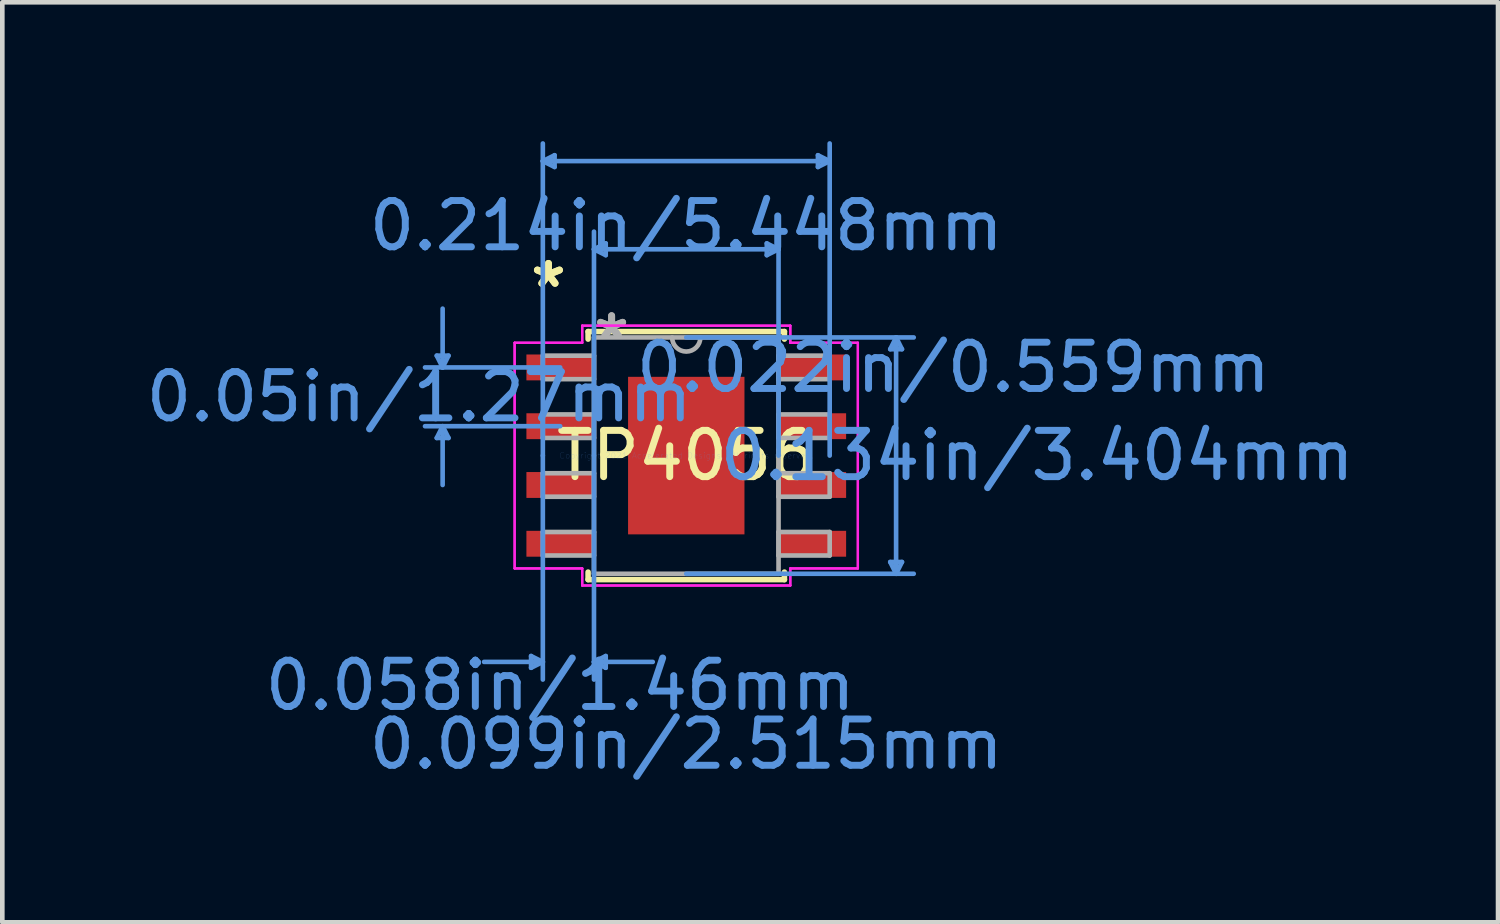
<source format=kicad_pcb>
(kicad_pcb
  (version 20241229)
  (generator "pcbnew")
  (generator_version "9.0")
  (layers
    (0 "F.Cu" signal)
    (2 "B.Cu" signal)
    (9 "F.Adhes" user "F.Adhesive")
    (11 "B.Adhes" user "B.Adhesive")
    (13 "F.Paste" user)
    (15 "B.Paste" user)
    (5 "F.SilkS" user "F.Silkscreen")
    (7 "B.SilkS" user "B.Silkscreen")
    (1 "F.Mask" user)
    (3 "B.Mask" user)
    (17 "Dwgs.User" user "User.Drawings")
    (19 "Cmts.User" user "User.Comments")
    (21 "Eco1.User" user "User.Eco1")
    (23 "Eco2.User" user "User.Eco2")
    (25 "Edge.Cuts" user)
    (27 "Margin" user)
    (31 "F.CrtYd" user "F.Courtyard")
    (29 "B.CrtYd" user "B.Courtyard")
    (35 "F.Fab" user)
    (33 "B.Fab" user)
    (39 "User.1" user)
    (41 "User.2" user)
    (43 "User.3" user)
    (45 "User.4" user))
  (footprint "TP4056"
    (layer "F.Cu")
    (at 11.778 6.794)
    (property "Reference" "TP4056" (at 0 0 0) (layer "F.SilkS") (effects (font (size 1 1) (thickness 0.15))))
    (attr through_hole)
    (fp_line (start -2.121 -2.68) (end -2.121 -2.517) (stroke (width 0.12) (type solid)) (layer "F.SilkS"))
    (fp_line (start -2.121 2.517) (end -2.121 2.68) (stroke (width 0.12) (type solid)) (layer "F.SilkS"))
    (fp_line (start -2.121 2.68) (end 2.121 2.68) (stroke (width 0.12) (type solid)) (layer "F.SilkS"))
    (fp_line (start 2.121 -2.68) (end -2.121 -2.68) (stroke (width 0.12) (type solid)) (layer "F.SilkS"))
    (fp_line (start 2.121 -2.517) (end 2.121 -2.68) (stroke (width 0.12) (type solid)) (layer "F.SilkS"))
    (fp_line (start 2.121 2.68) (end 2.121 2.517) (stroke (width 0.12) (type solid)) (layer "F.SilkS"))
    (fp_poly (pts (xy -1.157 -1.602) (xy -1.157 -0.1) (xy 1.157 -0.1) (xy 1.157 -1.602)) (stroke (width 0.1) (type solid)) (fill yes) (layer "F.Paste"))
    (fp_poly (pts (xy -1.157 0.1) (xy -1.157 1.602) (xy 1.157 1.602) (xy 1.157 0.1)) (stroke (width 0.1) (type solid)) (fill yes) (layer "F.Paste"))
    (fp_line (start -5.391 -2.159) (end -5.137 -2.159) (stroke (width 0.1) (type solid)) (layer "Cmts.User"))
    (fp_line (start -5.391 -0.381) (end -5.137 -0.381) (stroke (width 0.1) (type solid)) (layer "Cmts.User"))
    (fp_line (start -5.264 -1.905) (end -5.391 -2.159) (stroke (width 0.1) (type solid)) (layer "Cmts.User"))
    (fp_line (start -5.264 -1.905) (end -5.264 -3.175) (stroke (width 0.1) (type solid)) (layer "Cmts.User"))
    (fp_line (start -5.264 -1.905) (end -5.137 -2.159) (stroke (width 0.1) (type solid)) (layer "Cmts.User"))
    (fp_line (start -5.264 -0.635) (end -5.391 -0.381) (stroke (width 0.1) (type solid)) (layer "Cmts.User"))
    (fp_line (start -5.264 -0.635) (end -5.264 0.635) (stroke (width 0.1) (type solid)) (layer "Cmts.User"))
    (fp_line (start -5.264 -0.635) (end -5.137 -0.381) (stroke (width 0.1) (type solid)) (layer "Cmts.User"))
    (fp_line (start -3.353 4.331) (end -3.353 4.585) (stroke (width 0.1) (type solid)) (layer "Cmts.User"))
    (fp_line (start -3.099 -6.363) (end -2.845 -6.49) (stroke (width 0.1) (type solid)) (layer "Cmts.User"))
    (fp_line (start -3.099 -6.363) (end -2.845 -6.236) (stroke (width 0.1) (type solid)) (layer "Cmts.User"))
    (fp_line (start -3.099 -6.363) (end 3.099 -6.363) (stroke (width 0.1) (type solid)) (layer "Cmts.User"))
    (fp_line (start -3.099 0) (end -3.099 -6.744) (stroke (width 0.1) (type solid)) (layer "Cmts.User"))
    (fp_line (start -3.099 0) (end -3.099 4.839) (stroke (width 0.1) (type solid)) (layer "Cmts.User"))
    (fp_line (start -3.099 4.458) (end -4.369 4.458) (stroke (width 0.1) (type solid)) (layer "Cmts.User"))
    (fp_line (start -3.099 4.458) (end -3.353 4.331) (stroke (width 0.1) (type solid)) (layer "Cmts.User"))
    (fp_line (start -3.099 4.458) (end -3.353 4.585) (stroke (width 0.1) (type solid)) (layer "Cmts.User"))
    (fp_line (start -2.845 -6.49) (end -2.845 -6.236) (stroke (width 0.1) (type solid)) (layer "Cmts.User"))
    (fp_line (start -2.724 -1.905) (end -5.645 -1.905) (stroke (width 0.1) (type solid)) (layer "Cmts.User"))
    (fp_line (start -2.724 -0.635) (end -5.645 -0.635) (stroke (width 0.1) (type solid)) (layer "Cmts.User"))
    (fp_line (start -1.994 -4.458) (end -1.74 -4.585) (stroke (width 0.1) (type solid)) (layer "Cmts.User"))
    (fp_line (start -1.994 -4.458) (end -1.74 -4.331) (stroke (width 0.1) (type solid)) (layer "Cmts.User"))
    (fp_line (start -1.994 -4.458) (end 1.994 -4.458) (stroke (width 0.1) (type solid)) (layer "Cmts.User"))
    (fp_line (start -1.994 0) (end -1.994 -4.839) (stroke (width 0.1) (type solid)) (layer "Cmts.User"))
    (fp_line (start -1.994 0) (end -1.994 4.839) (stroke (width 0.1) (type solid)) (layer "Cmts.User"))
    (fp_line (start -1.994 4.458) (end -1.74 4.331) (stroke (width 0.1) (type solid)) (layer "Cmts.User"))
    (fp_line (start -1.994 4.458) (end -1.74 4.585) (stroke (width 0.1) (type solid)) (layer "Cmts.User"))
    (fp_line (start -1.994 4.458) (end -0.724 4.458) (stroke (width 0.1) (type solid)) (layer "Cmts.User"))
    (fp_line (start -1.74 -4.585) (end -1.74 -4.331) (stroke (width 0.1) (type solid)) (layer "Cmts.User"))
    (fp_line (start -1.74 4.331) (end -1.74 4.585) (stroke (width 0.1) (type solid)) (layer "Cmts.User"))
    (fp_line (start 0 -2.553) (end 4.915 -2.553) (stroke (width 0.1) (type solid)) (layer "Cmts.User"))
    (fp_line (start 0 2.553) (end 4.915 2.553) (stroke (width 0.1) (type solid)) (layer "Cmts.User"))
    (fp_line (start 1.74 -4.585) (end 1.74 -4.331) (stroke (width 0.1) (type solid)) (layer "Cmts.User"))
    (fp_line (start 1.994 -4.458) (end 1.74 -4.585) (stroke (width 0.1) (type solid)) (layer "Cmts.User"))
    (fp_line (start 1.994 -4.458) (end 1.74 -4.331) (stroke (width 0.1) (type solid)) (layer "Cmts.User"))
    (fp_line (start 1.994 0) (end 1.994 -4.839) (stroke (width 0.1) (type solid)) (layer "Cmts.User"))
    (fp_line (start 2.845 -6.49) (end 2.845 -6.236) (stroke (width 0.1) (type solid)) (layer "Cmts.User"))
    (fp_line (start 3.099 -6.363) (end 2.845 -6.49) (stroke (width 0.1) (type solid)) (layer "Cmts.User"))
    (fp_line (start 3.099 -6.363) (end 2.845 -6.236) (stroke (width 0.1) (type solid)) (layer "Cmts.User"))
    (fp_line (start 3.099 0) (end 3.099 -6.744) (stroke (width 0.1) (type solid)) (layer "Cmts.User"))
    (fp_line (start 4.407 -2.299) (end 4.661 -2.299) (stroke (width 0.1) (type solid)) (layer "Cmts.User"))
    (fp_line (start 4.407 2.299) (end 4.661 2.299) (stroke (width 0.1) (type solid)) (layer "Cmts.User"))
    (fp_line (start 4.534 -2.553) (end 4.407 -2.299) (stroke (width 0.1) (type solid)) (layer "Cmts.User"))
    (fp_line (start 4.534 -2.553) (end 4.534 2.553) (stroke (width 0.1) (type solid)) (layer "Cmts.User"))
    (fp_line (start 4.534 -2.553) (end 4.661 -2.299) (stroke (width 0.1) (type solid)) (layer "Cmts.User"))
    (fp_line (start 4.534 2.553) (end 4.407 2.299) (stroke (width 0.1) (type solid)) (layer "Cmts.User"))
    (fp_line (start 4.534 2.553) (end 4.661 2.299) (stroke (width 0.1) (type solid)) (layer "Cmts.User"))
    (fp_line (start -3.708 -2.438) (end -2.248 -2.438) (stroke (width 0.05) (type solid)) (layer "F.CrtYd"))
    (fp_line (start -3.708 -2.438) (end -2.248 -2.438) (stroke (width 0.05) (type solid)) (layer "F.CrtYd"))
    (fp_line (start -3.708 2.438) (end -3.708 -2.438) (stroke (width 0.05) (type solid)) (layer "F.CrtYd"))
    (fp_line (start -3.708 2.438) (end -3.708 -2.438) (stroke (width 0.05) (type solid)) (layer "F.CrtYd"))
    (fp_line (start -3.708 2.438) (end -2.248 2.438) (stroke (width 0.05) (type solid)) (layer "F.CrtYd"))
    (fp_line (start -2.248 -2.807) (end 2.248 -2.807) (stroke (width 0.05) (type solid)) (layer "F.CrtYd"))
    (fp_line (start -2.248 -2.807) (end 2.248 -2.807) (stroke (width 0.05) (type solid)) (layer "F.CrtYd"))
    (fp_line (start -2.248 -2.438) (end -2.248 -2.807) (stroke (width 0.05) (type solid)) (layer "F.CrtYd"))
    (fp_line (start -2.248 -2.438) (end -2.248 -2.807) (stroke (width 0.05) (type solid)) (layer "F.CrtYd"))
    (fp_line (start -2.248 2.438) (end -3.708 2.438) (stroke (width 0.05) (type solid)) (layer "F.CrtYd"))
    (fp_line (start -2.248 2.807) (end -2.248 2.438) (stroke (width 0.05) (type solid)) (layer "F.CrtYd"))
    (fp_line (start -2.248 2.807) (end -2.248 2.438) (stroke (width 0.05) (type solid)) (layer "F.CrtYd"))
    (fp_line (start 2.248 -2.807) (end 2.248 -2.438) (stroke (width 0.05) (type solid)) (layer "F.CrtYd"))
    (fp_line (start 2.248 -2.807) (end 2.248 -2.438) (stroke (width 0.05) (type solid)) (layer "F.CrtYd"))
    (fp_line (start 2.248 -2.438) (end 3.708 -2.438) (stroke (width 0.05) (type solid)) (layer "F.CrtYd"))
    (fp_line (start 2.248 2.438) (end 2.248 2.807) (stroke (width 0.05) (type solid)) (layer "F.CrtYd"))
    (fp_line (start 2.248 2.438) (end 2.248 2.807) (stroke (width 0.05) (type solid)) (layer "F.CrtYd"))
    (fp_line (start 2.248 2.807) (end -2.248 2.807) (stroke (width 0.05) (type solid)) (layer "F.CrtYd"))
    (fp_line (start 2.248 2.807) (end -2.248 2.807) (stroke (width 0.05) (type solid)) (layer "F.CrtYd"))
    (fp_line (start 3.708 -2.438) (end 2.248 -2.438) (stroke (width 0.05) (type solid)) (layer "F.CrtYd"))
    (fp_line (start 3.708 -2.438) (end 3.708 2.438) (stroke (width 0.05) (type solid)) (layer "F.CrtYd"))
    (fp_line (start 3.708 -2.438) (end 3.708 2.438) (stroke (width 0.05) (type solid)) (layer "F.CrtYd"))
    (fp_line (start 3.708 2.438) (end 2.248 2.438) (stroke (width 0.05) (type solid)) (layer "F.CrtYd"))
    (fp_line (start 3.708 2.438) (end 2.248 2.438) (stroke (width 0.05) (type solid)) (layer "F.CrtYd"))
    (fp_line (start -3.099 -2.159) (end -3.099 -1.651) (stroke (width 0.1) (type solid)) (layer "F.Fab"))
    (fp_line (start -3.099 -1.651) (end -1.994 -1.651) (stroke (width 0.1) (type solid)) (layer "F.Fab"))
    (fp_line (start -3.099 -0.889) (end -3.099 -0.381) (stroke (width 0.1) (type solid)) (layer "F.Fab"))
    (fp_line (start -3.099 -0.381) (end -1.994 -0.381) (stroke (width 0.1) (type solid)) (layer "F.Fab"))
    (fp_line (start -3.099 0.381) (end -3.099 0.889) (stroke (width 0.1) (type solid)) (layer "F.Fab"))
    (fp_line (start -3.099 0.889) (end -1.994 0.889) (stroke (width 0.1) (type solid)) (layer "F.Fab"))
    (fp_line (start -3.099 1.651) (end -3.099 2.159) (stroke (width 0.1) (type solid)) (layer "F.Fab"))
    (fp_line (start -3.099 2.159) (end -1.994 2.159) (stroke (width 0.1) (type solid)) (layer "F.Fab"))
    (fp_line (start -1.994 -2.553) (end -1.994 2.553) (stroke (width 0.1) (type solid)) (layer "F.Fab"))
    (fp_line (start -1.994 -2.159) (end -3.099 -2.159) (stroke (width 0.1) (type solid)) (layer "F.Fab"))
    (fp_line (start -1.994 -1.651) (end -1.994 -2.159) (stroke (width 0.1) (type solid)) (layer "F.Fab"))
    (fp_line (start -1.994 -0.889) (end -3.099 -0.889) (stroke (width 0.1) (type solid)) (layer "F.Fab"))
    (fp_line (start -1.994 -0.381) (end -1.994 -0.889) (stroke (width 0.1) (type solid)) (layer "F.Fab"))
    (fp_line (start -1.994 0.381) (end -3.099 0.381) (stroke (width 0.1) (type solid)) (layer "F.Fab"))
    (fp_line (start -1.994 0.889) (end -1.994 0.381) (stroke (width 0.1) (type solid)) (layer "F.Fab"))
    (fp_line (start -1.994 1.651) (end -3.099 1.651) (stroke (width 0.1) (type solid)) (layer "F.Fab"))
    (fp_line (start -1.994 2.159) (end -1.994 1.651) (stroke (width 0.1) (type solid)) (layer "F.Fab"))
    (fp_line (start -1.994 2.553) (end 1.994 2.553) (stroke (width 0.1) (type solid)) (layer "F.Fab"))
    (fp_line (start 1.994 -2.553) (end -1.994 -2.553) (stroke (width 0.1) (type solid)) (layer "F.Fab"))
    (fp_line (start 1.994 -2.159) (end 1.994 -1.651) (stroke (width 0.1) (type solid)) (layer "F.Fab"))
    (fp_line (start 1.994 -1.651) (end 3.099 -1.651) (stroke (width 0.1) (type solid)) (layer "F.Fab"))
    (fp_line (start 1.994 -0.889) (end 1.994 -0.381) (stroke (width 0.1) (type solid)) (layer "F.Fab"))
    (fp_line (start 1.994 -0.381) (end 3.099 -0.381) (stroke (width 0.1) (type solid)) (layer "F.Fab"))
    (fp_line (start 1.994 0.381) (end 1.994 0.889) (stroke (width 0.1) (type solid)) (layer "F.Fab"))
    (fp_line (start 1.994 0.889) (end 3.099 0.889) (stroke (width 0.1) (type solid)) (layer "F.Fab"))
    (fp_line (start 1.994 1.651) (end 1.994 2.159) (stroke (width 0.1) (type solid)) (layer "F.Fab"))
    (fp_line (start 1.994 2.159) (end 3.099 2.159) (stroke (width 0.1) (type solid)) (layer "F.Fab"))
    (fp_line (start 1.994 2.553) (end 1.994 -2.553) (stroke (width 0.1) (type solid)) (layer "F.Fab"))
    (fp_line (start 3.099 -2.159) (end 1.994 -2.159) (stroke (width 0.1) (type solid)) (layer "F.Fab"))
    (fp_line (start 3.099 -1.651) (end 3.099 -2.159) (stroke (width 0.1) (type solid)) (layer "F.Fab"))
    (fp_line (start 3.099 -0.889) (end 1.994 -0.889) (stroke (width 0.1) (type solid)) (layer "F.Fab"))
    (fp_line (start 3.099 -0.381) (end 3.099 -0.889) (stroke (width 0.1) (type solid)) (layer "F.Fab"))
    (fp_line (start 3.099 0.381) (end 1.994 0.381) (stroke (width 0.1) (type solid)) (layer "F.Fab"))
    (fp_line (start 3.099 0.889) (end 3.099 0.381) (stroke (width 0.1) (type solid)) (layer "F.Fab"))
    (fp_line (start 3.099 1.651) (end 1.994 1.651) (stroke (width 0.1) (type solid)) (layer "F.Fab"))
    (fp_line (start 3.099 2.159) (end 3.099 1.651) (stroke (width 0.1) (type solid)) (layer "F.Fab"))
    (fp_arc (start 0.3048 -2.5527) (mid 0 -2.2479) (end -0.3048 -2.5527) (stroke (width 0.1) (type solid)) (layer "F.Fab"))
    (fp_text user "*" (at -2.978 -3.607 0) (layer "F.SilkS") (effects (font (size 1 1) (thickness 0.15))))
    (fp_text user "*" (at -2.978 -3.607 0) (layer "F.SilkS") (effects (font (size 1 1) (thickness 0.15))))
    (fp_text user "0.134in/3.404mm" (at 7.582 0 0) (layer "Cmts.User") (effects (font (size 1 1) (thickness 0.15))))
    (fp_text user "0.214in/5.448mm" (at 0 -4.966 0) (layer "Cmts.User") (effects (font (size 1 1) (thickness 0.15))))
    (fp_text user "0.099in/2.515mm" (at 0 6.236 0) (layer "Cmts.User") (effects (font (size 1 1) (thickness 0.15))))
    (fp_text user "0.058in/1.46mm" (at -2.724 4.966 0) (layer "Cmts.User") (effects (font (size 1 1) (thickness 0.15))))
    (fp_text user "0.05in/1.27mm" (at -5.772 -1.27 0) (layer "Cmts.User") (effects (font (size 1 1) (thickness 0.15))))
    (fp_text user "0.022in/0.559mm" (at 5.772 -1.905 0) (layer "Cmts.User") (effects (font (size 1 1) (thickness 0.15))))
    (fp_text user "Copyright 2021 Accelerated Designs. All rights reserved." (at 0 0 0) (layer "Cmts.User") (effects (font (size 0.127 0.127) (thickness 0.002))))
    (fp_text user "*" (at -1.613 -2.477 0) (layer "F.Fab") (effects (font (size 1 1) (thickness 0.15))))
    (fp_text user "*" (at -1.613 -2.477 0) (layer "F.Fab") (effects (font (size 1 1) (thickness 0.15))))
    (pad "1" smd rect (at -2.724 -1.905) (size 1.46 0.559) (layers "F.Cu" "F.Mask" "F.Paste"))
    (pad "2" smd rect (at -2.724 -0.635) (size 1.46 0.559) (layers "F.Cu" "F.Mask" "F.Paste"))
    (pad "3" smd rect (at -2.724 0.635) (size 1.46 0.559) (layers "F.Cu" "F.Mask" "F.Paste"))
    (pad "4" smd rect (at -2.724 1.905) (size 1.46 0.559) (layers "F.Cu" "F.Mask" "F.Paste"))
    (pad "5" smd rect (at 2.724 1.905) (size 1.46 0.559) (layers "F.Cu" "F.Mask" "F.Paste"))
    (pad "6" smd rect (at 2.724 0.635) (size 1.46 0.559) (layers "F.Cu" "F.Mask" "F.Paste"))
    (pad "7" smd rect (at 2.724 -0.635) (size 1.46 0.559) (layers "F.Cu" "F.Mask" "F.Paste"))
    (pad "8" smd rect (at 2.724 -1.905) (size 1.46 0.559) (layers "F.Cu" "F.Mask" "F.Paste"))
    (pad "EPAD" smd rect (at 0 0) (size 2.515 3.404) (layers "F.Cu" "F.Mask")))
  (gr_rect
    (start -3 -3)
    (end 29.318 16.878)
    (stroke (width 0.1) (type default))
    (fill no)
    (layer "Edge.Cuts")))
</source>
